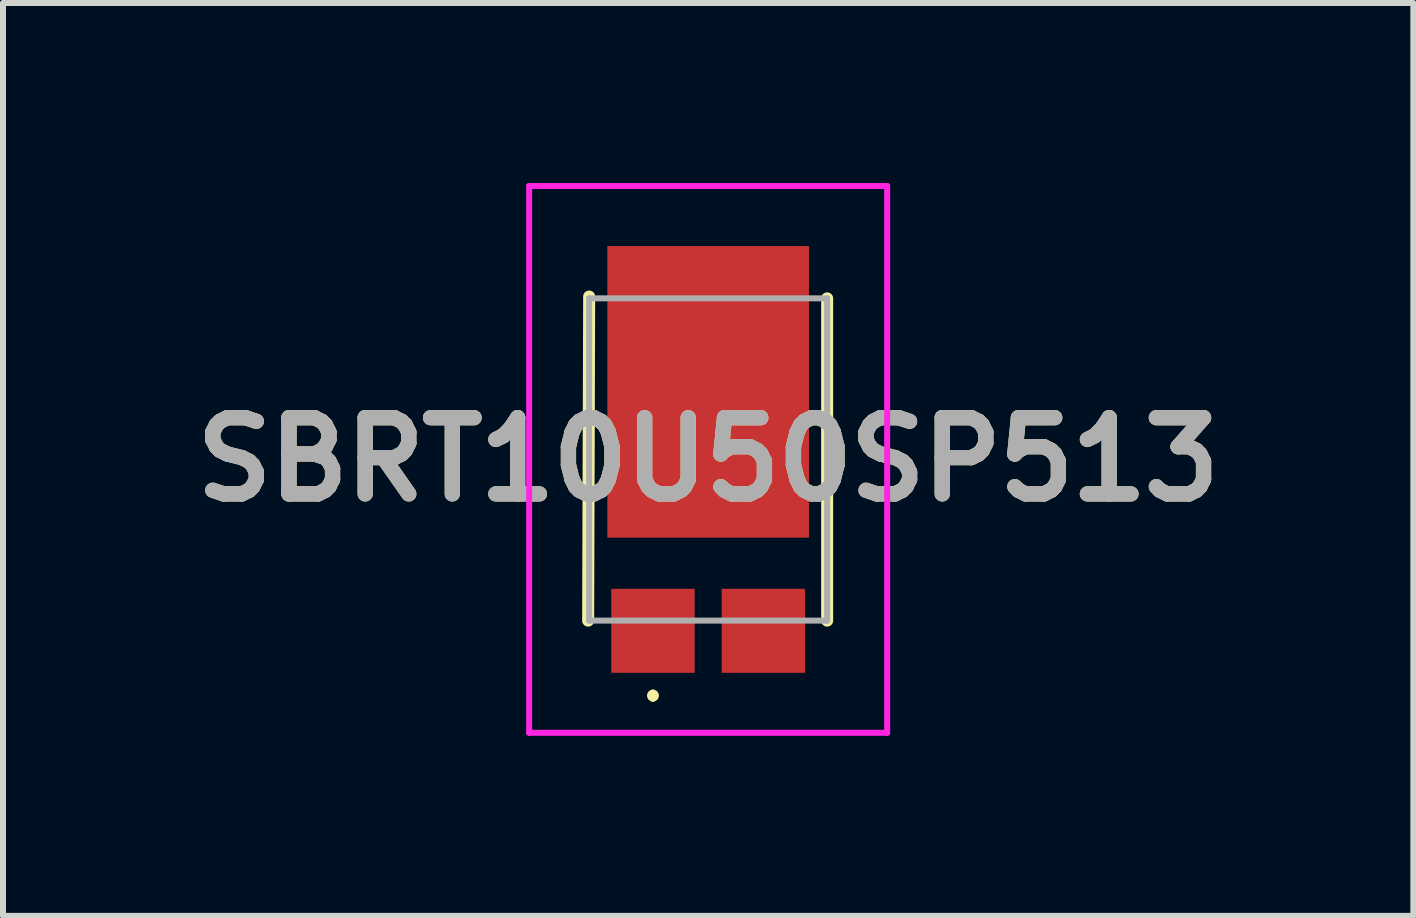
<source format=kicad_pcb>
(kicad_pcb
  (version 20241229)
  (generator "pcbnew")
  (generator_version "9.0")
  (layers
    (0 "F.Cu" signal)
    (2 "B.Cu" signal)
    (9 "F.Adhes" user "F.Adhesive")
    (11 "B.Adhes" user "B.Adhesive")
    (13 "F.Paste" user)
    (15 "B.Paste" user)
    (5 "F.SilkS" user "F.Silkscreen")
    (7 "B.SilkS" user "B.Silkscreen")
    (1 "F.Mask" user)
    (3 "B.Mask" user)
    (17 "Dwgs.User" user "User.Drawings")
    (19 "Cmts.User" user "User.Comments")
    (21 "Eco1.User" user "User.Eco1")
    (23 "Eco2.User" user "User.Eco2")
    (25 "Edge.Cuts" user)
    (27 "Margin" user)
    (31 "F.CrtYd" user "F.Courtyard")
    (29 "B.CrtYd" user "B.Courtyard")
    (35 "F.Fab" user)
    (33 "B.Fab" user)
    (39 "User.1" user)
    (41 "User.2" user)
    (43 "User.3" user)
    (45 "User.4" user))
  (footprint "SBRT10U50SP513"
    (layer "F.Cu")
    (at 8.751 4.692)
    (property "Reference" "SBRT10U50SP513" (at 0 -0.086 0) (layer "F.SilkS") (effects (font (size 1.27 1.27) (thickness 0.254))))
    (attr smd)
    (fp_line (start -1.983 -2.8) (end -2 2.6) (stroke (width 0.2) (type solid)) (layer "F.SilkS"))
    (fp_line (start -0.92 3.8) (end -0.92 3.8) (stroke (width 0.1) (type solid)) (layer "F.SilkS"))
    (fp_line (start -0.92 3.9) (end -0.92 3.9) (stroke (width 0.1) (type solid)) (layer "F.SilkS"))
    (fp_line (start 1.983 2.6) (end 1.983 -2.77) (stroke (width 0.2) (type solid)) (layer "F.SilkS"))
    (fp_arc (start -0.92 3.8) (mid -0.87 3.85) (end -0.92 3.9) (stroke (width 0.1) (type solid)) (layer "F.SilkS"))
    (fp_arc (start -0.92 3.9) (mid -0.97 3.85) (end -0.92 3.8) (stroke (width 0.1) (type solid)) (layer "F.SilkS"))
    (fp_line (start -2.983 -4.642) (end 2.983 -4.642) (stroke (width 0.1) (type solid)) (layer "F.CrtYd"))
    (fp_line (start -2.983 4.47) (end -2.983 -4.642) (stroke (width 0.1) (type solid)) (layer "F.CrtYd"))
    (fp_line (start 2.983 -4.642) (end 2.983 4.47) (stroke (width 0.1) (type solid)) (layer "F.CrtYd"))
    (fp_line (start 2.983 4.47) (end -2.983 4.47) (stroke (width 0.1) (type solid)) (layer "F.CrtYd"))
    (fp_line (start -1.983 -2.77) (end -1.983 2.6) (stroke (width 0.1) (type solid)) (layer "F.Fab"))
    (fp_line (start -1.983 2.6) (end 1.983 2.6) (stroke (width 0.1) (type solid)) (layer "F.Fab"))
    (fp_line (start 1.983 -2.77) (end -1.983 -2.77) (stroke (width 0.1) (type solid)) (layer "F.Fab"))
    (fp_line (start 1.983 2.6) (end 1.983 -2.77) (stroke (width 0.1) (type solid)) (layer "F.Fab"))
    (fp_text user "${REFERENCE}" (at 0 -0.086 0) (layer "F.Fab") (effects (font (size 1.27 1.27) (thickness 0.254))))
    (pad "1" smd rect (at -0.92 2.77) (size 1.39 1.4) (layers "F.Cu" "F.Mask" "F.Paste"))
    (pad "2" smd rect (at 0.92 2.77) (size 1.39 1.4) (layers "F.Cu" "F.Mask" "F.Paste"))
    (pad "3" smd rect (at 0 -1.212) (size 3.36 4.86) (layers "F.Cu" "F.Mask" "F.Paste")))
  (gr_rect
    (start -3 -3)
    (end 20.502 12.212)
    (stroke (width 0.1) (type default))
    (fill no)
    (layer "Edge.Cuts")))
</source>
